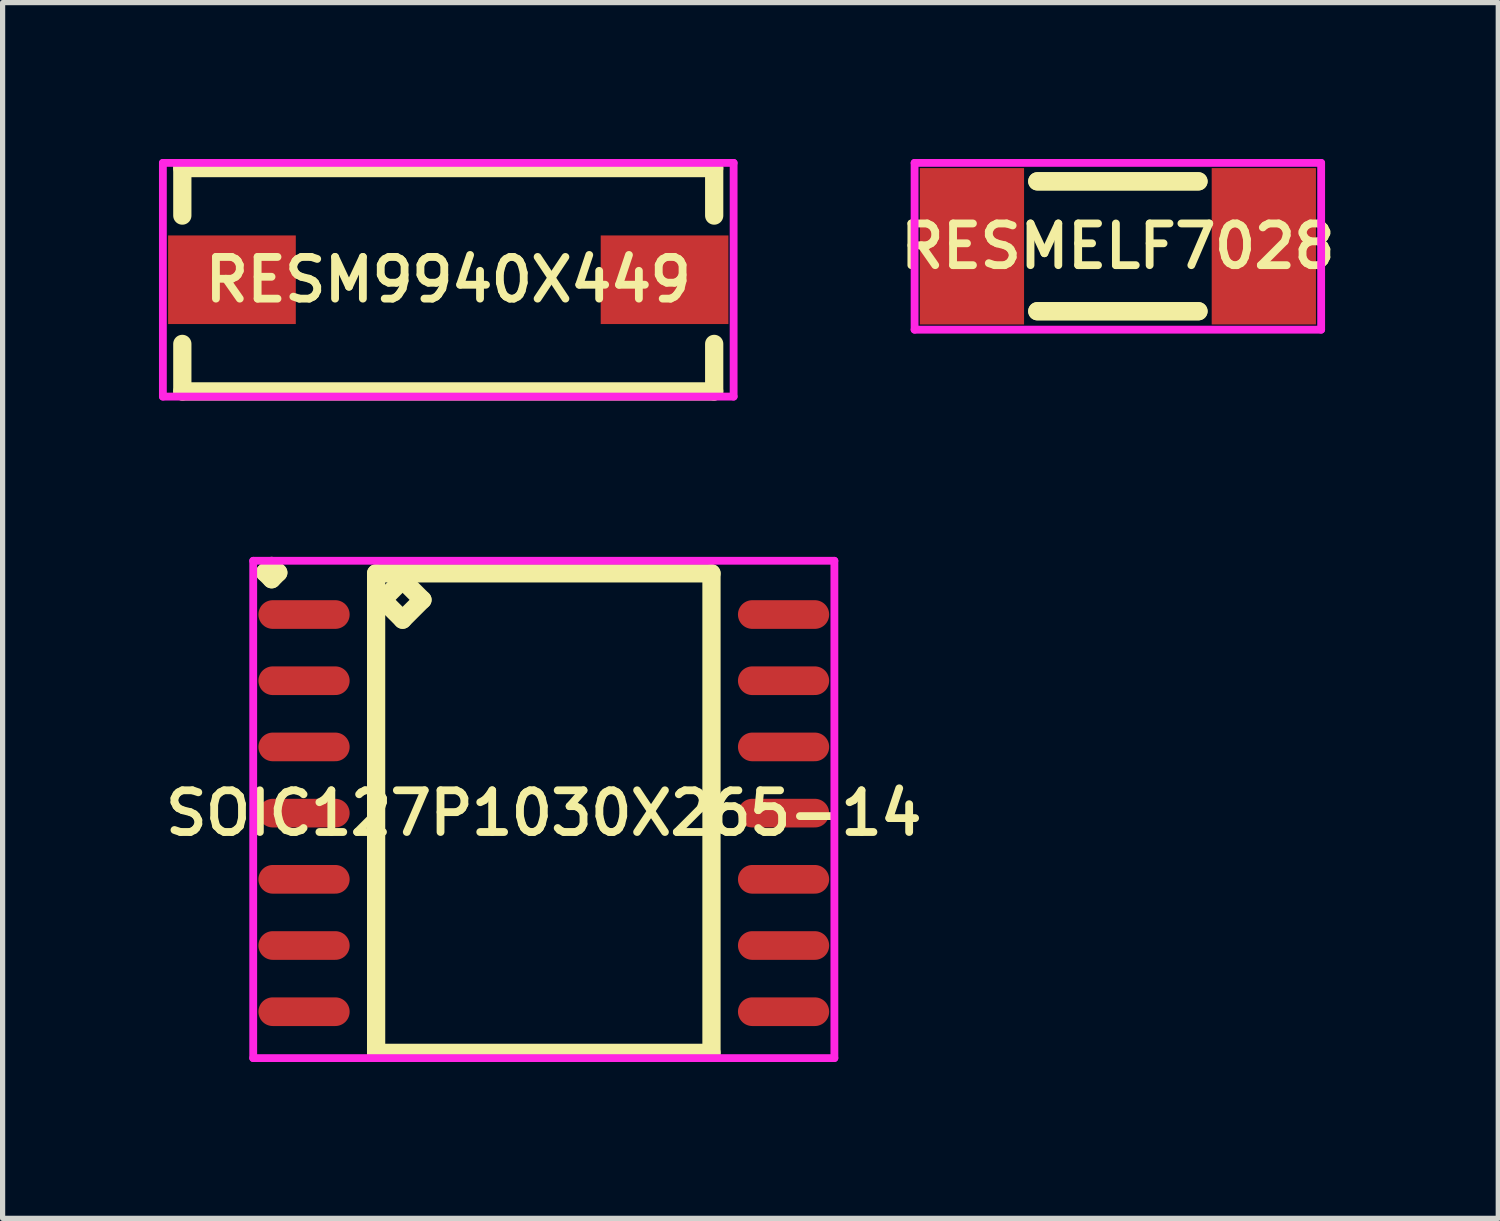
<source format=kicad_pcb>
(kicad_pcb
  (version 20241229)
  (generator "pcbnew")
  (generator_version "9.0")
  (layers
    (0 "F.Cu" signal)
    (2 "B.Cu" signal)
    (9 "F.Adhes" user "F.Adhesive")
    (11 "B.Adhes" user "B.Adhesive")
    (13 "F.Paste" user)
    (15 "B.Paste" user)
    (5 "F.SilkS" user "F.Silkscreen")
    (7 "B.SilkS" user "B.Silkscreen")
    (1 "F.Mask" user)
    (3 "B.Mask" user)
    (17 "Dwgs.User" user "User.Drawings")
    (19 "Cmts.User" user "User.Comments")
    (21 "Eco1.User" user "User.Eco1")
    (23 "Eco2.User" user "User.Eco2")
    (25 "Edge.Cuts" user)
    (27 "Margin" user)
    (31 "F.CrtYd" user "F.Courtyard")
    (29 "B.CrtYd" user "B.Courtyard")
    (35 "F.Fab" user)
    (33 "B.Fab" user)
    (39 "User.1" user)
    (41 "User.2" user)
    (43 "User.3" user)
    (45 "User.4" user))
  (footprint "SOIC127P1030X265-14"
    (layer "F.Cu")
    (at 7.383 12.55)
    (property "Reference" "SOIC127P1030X265-14" (at 0 0 0) (layer "F.SilkS") (effects (font (size 0.8 0.8) (thickness 0.15))))
    (attr smd)
    (fp_line (start -5.348 -4.614) (end -5.221 -4.741) (stroke (width 0.35) (type solid)) (layer "F.SilkS"))
    (fp_line (start -5.221 -4.741) (end -5.094 -4.614) (stroke (width 0.35) (type solid)) (layer "F.SilkS"))
    (fp_line (start -5.221 -4.487) (end -5.348 -4.614) (stroke (width 0.35) (type solid)) (layer "F.SilkS"))
    (fp_line (start -5.094 -4.614) (end -5.221 -4.487) (stroke (width 0.35) (type solid)) (layer "F.SilkS"))
    (fp_line (start -3.217 -4.6) (end -3.217 4.6) (stroke (width 0.35) (type solid)) (layer "F.SilkS"))
    (fp_line (start -3.217 4.6) (end 3.217 4.6) (stroke (width 0.35) (type solid)) (layer "F.SilkS"))
    (fp_line (start -3.09 -4.092) (end -2.709 -4.473) (stroke (width 0.35) (type solid)) (layer "F.SilkS"))
    (fp_line (start -2.709 -4.473) (end -2.328 -4.092) (stroke (width 0.35) (type solid)) (layer "F.SilkS"))
    (fp_line (start -2.709 -3.711) (end -3.09 -4.092) (stroke (width 0.35) (type solid)) (layer "F.SilkS"))
    (fp_line (start -2.328 -4.092) (end -2.709 -3.711) (stroke (width 0.35) (type solid)) (layer "F.SilkS"))
    (fp_line (start 3.217 -4.6) (end -3.217 -4.6) (stroke (width 0.35) (type solid)) (layer "F.SilkS"))
    (fp_line (start 3.217 4.6) (end 3.217 -4.6) (stroke (width 0.35) (type solid)) (layer "F.SilkS"))
    (fp_line (start -5.575 -4.841) (end 5.575 -4.841) (stroke (width 0.15) (type solid)) (layer "F.CrtYd"))
    (fp_line (start -5.575 4.7) (end -5.575 -4.841) (stroke (width 0.15) (type solid)) (layer "F.CrtYd"))
    (fp_line (start 5.575 -4.841) (end 5.575 4.7) (stroke (width 0.15) (type solid)) (layer "F.CrtYd"))
    (fp_line (start 5.575 4.7) (end -5.575 4.7) (stroke (width 0.15) (type solid)) (layer "F.CrtYd"))
    (pad "1" smd oval (at -4.6 -3.81) (size 1.75 0.55) (layers "F.Cu" "F.Mask" "F.Paste"))
    (pad "2" smd oval (at -4.6 -2.54) (size 1.75 0.55) (layers "F.Cu" "F.Mask" "F.Paste"))
    (pad "3" smd oval (at -4.6 -1.27) (size 1.75 0.55) (layers "F.Cu" "F.Mask" "F.Paste"))
    (pad "4" smd oval (at -4.6 0) (size 1.75 0.55) (layers "F.Cu" "F.Mask" "F.Paste"))
    (pad "5" smd oval (at -4.6 1.27) (size 1.75 0.55) (layers "F.Cu" "F.Mask" "F.Paste"))
    (pad "6" smd oval (at -4.6 2.54) (size 1.75 0.55) (layers "F.Cu" "F.Mask" "F.Paste"))
    (pad "7" smd oval (at -4.6 3.81) (size 1.75 0.55) (layers "F.Cu" "F.Mask" "F.Paste"))
    (pad "8" smd oval (at 4.6 3.81) (size 1.75 0.55) (layers "F.Cu" "F.Mask" "F.Paste"))
    (pad "9" smd oval (at 4.6 2.54) (size 1.75 0.55) (layers "F.Cu" "F.Mask" "F.Paste"))
    (pad "10" smd oval (at 4.6 1.27) (size 1.75 0.55) (layers "F.Cu" "F.Mask" "F.Paste"))
    (pad "11" smd oval (at 4.6 0) (size 1.75 0.55) (layers "F.Cu" "F.Mask" "F.Paste"))
    (pad "12" smd oval (at 4.6 -1.27) (size 1.75 0.55) (layers "F.Cu" "F.Mask" "F.Paste"))
    (pad "13" smd oval (at 4.6 -2.54) (size 1.75 0.55) (layers "F.Cu" "F.Mask" "F.Paste"))
    (pad "14" smd oval (at 4.6 -3.81) (size 1.75 0.55) (layers "F.Cu" "F.Mask" "F.Paste")))
  (footprint "RESM9940X449"
    (layer "F.Cu")
    (at 5.55 2.317)
    (property "Reference" "RESM9940X449" (at 0 0 0) (layer "F.SilkS") (effects (font (size 0.8 0.8) (thickness 0.15))))
    (attr smd)
    (fp_line (start -5.102 -2.142) (end 5.102 -2.142) (stroke (width 0.35) (type solid)) (layer "F.SilkS"))
    (fp_line (start -5.102 -1.231) (end -5.102 -2.142) (stroke (width 0.35) (type solid)) (layer "F.SilkS"))
    (fp_line (start -5.102 1.231) (end -5.102 2.142) (stroke (width 0.35) (type solid)) (layer "F.SilkS"))
    (fp_line (start -5.102 2.142) (end 5.102 2.142) (stroke (width 0.35) (type solid)) (layer "F.SilkS"))
    (fp_line (start 5.102 -2.142) (end 5.102 -1.231) (stroke (width 0.35) (type solid)) (layer "F.SilkS"))
    (fp_line (start 5.102 2.142) (end 5.102 1.231) (stroke (width 0.35) (type solid)) (layer "F.SilkS"))
    (fp_line (start -5.475 -2.242) (end 5.475 -2.242) (stroke (width 0.15) (type solid)) (layer "F.CrtYd"))
    (fp_line (start -5.475 2.242) (end -5.475 -2.242) (stroke (width 0.15) (type solid)) (layer "F.CrtYd"))
    (fp_line (start 5.475 -2.242) (end 5.475 2.242) (stroke (width 0.15) (type solid)) (layer "F.CrtYd"))
    (fp_line (start 5.475 2.242) (end -5.475 2.242) (stroke (width 0.15) (type solid)) (layer "F.CrtYd"))
    (pad "1" smd rect (at -4.15 0) (size 2.45 1.7) (layers "F.Cu" "F.Mask" "F.Paste"))
    (pad "2" smd rect (at 4.15 0) (size 2.45 1.7) (layers "F.Cu" "F.Mask" "F.Paste")))
  (footprint "RESMELF7028"
    (layer "F.Cu")
    (at 18.397 1.675)
    (property "Reference" "RESMELF7028" (at 0 0 0) (layer "F.SilkS") (effects (font (size 0.8 0.8) (thickness 0.15))))
    (attr smd)
    (fp_line (start -1.546 -1.246) (end 1.546 -1.246) (stroke (width 0.35) (type solid)) (layer "F.SilkS"))
    (fp_line (start -1.546 1.246) (end 1.546 1.246) (stroke (width 0.35) (type solid)) (layer "F.SilkS"))
    (fp_line (start 1.546 -1.246) (end -1.546 -1.246) (stroke (width 0.35) (type solid)) (layer "F.SilkS"))
    (fp_line (start 1.546 1.246) (end -1.546 1.246) (stroke (width 0.35) (type solid)) (layer "F.SilkS"))
    (fp_line (start -3.9 -1.6) (end 3.9 -1.6) (stroke (width 0.15) (type solid)) (layer "F.CrtYd"))
    (fp_line (start -3.9 1.6) (end -3.9 -1.6) (stroke (width 0.15) (type solid)) (layer "F.CrtYd"))
    (fp_line (start 3.9 -1.6) (end 3.9 1.6) (stroke (width 0.15) (type solid)) (layer "F.CrtYd"))
    (fp_line (start 3.9 1.6) (end -3.9 1.6) (stroke (width 0.15) (type solid)) (layer "F.CrtYd"))
    (pad "1" smd rect (at -2.8 0) (size 2 3) (layers "F.Cu" "F.Mask" "F.Paste"))
    (pad "2" smd rect (at 2.8 0) (size 2 3) (layers "F.Cu" "F.Mask" "F.Paste")))
  (gr_rect
    (start -3 -3)
    (end 25.695 20.325)
    (stroke (width 0.1) (type default))
    (fill no)
    (layer "Edge.Cuts")))
</source>
